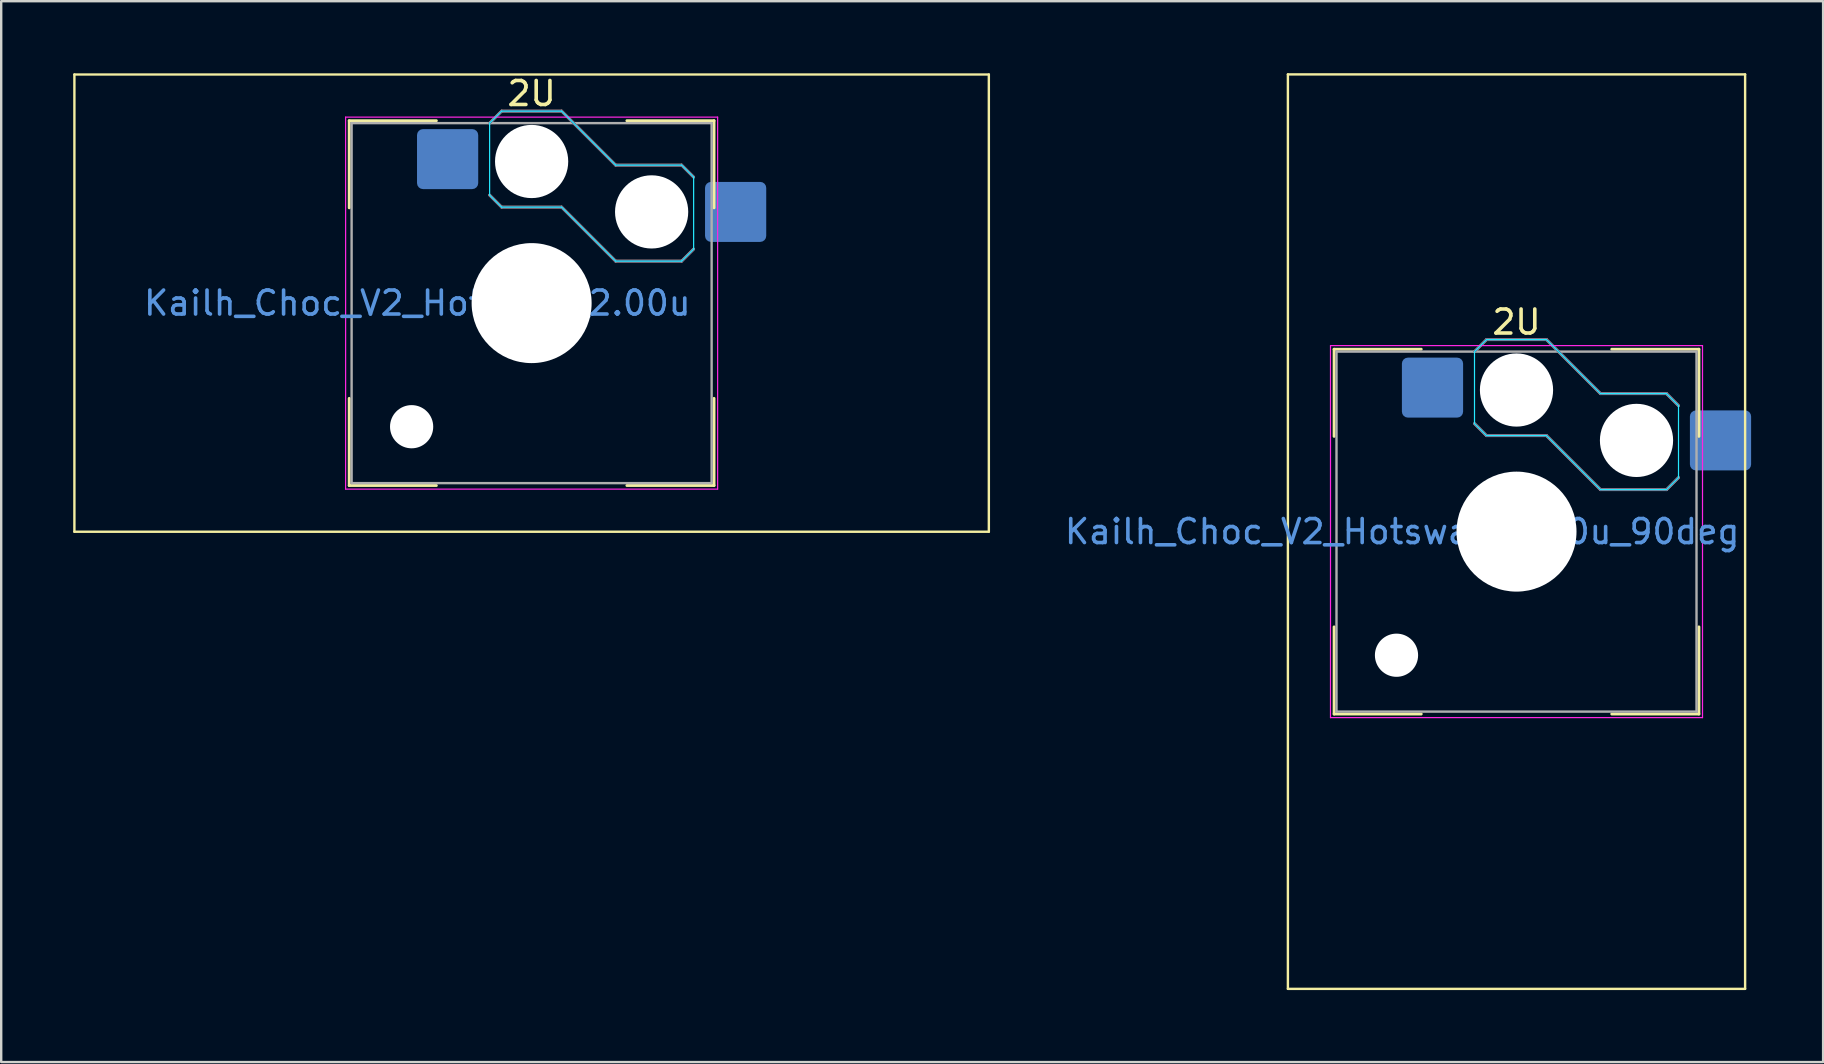
<source format=kicad_pcb>
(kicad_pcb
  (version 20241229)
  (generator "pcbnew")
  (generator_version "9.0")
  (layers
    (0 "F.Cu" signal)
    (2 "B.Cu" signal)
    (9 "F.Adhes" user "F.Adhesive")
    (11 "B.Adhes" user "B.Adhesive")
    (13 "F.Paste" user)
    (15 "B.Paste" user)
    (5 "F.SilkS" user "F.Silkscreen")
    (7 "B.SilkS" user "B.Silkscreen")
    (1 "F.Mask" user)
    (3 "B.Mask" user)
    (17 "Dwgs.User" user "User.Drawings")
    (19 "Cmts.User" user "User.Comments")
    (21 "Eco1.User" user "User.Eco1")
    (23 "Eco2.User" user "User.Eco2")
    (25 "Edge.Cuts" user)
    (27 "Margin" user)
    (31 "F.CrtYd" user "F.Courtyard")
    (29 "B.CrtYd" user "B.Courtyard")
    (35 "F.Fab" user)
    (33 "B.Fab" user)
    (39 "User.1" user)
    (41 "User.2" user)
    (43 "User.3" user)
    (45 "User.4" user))
  (footprint "Kailh_Choc_V2_Hotswap_2.00u"
    (layer "F.Cu")
    (at 19.1 9.579)
    (property "Reference" "Kailh_Choc_V2_Hotswap_2.00u" (at -4.763 0 0) (layer "Cmts.User") (effects (font (size 1 1) (thickness 0.15))))
    (attr smd)
    (fp_line (start -19.05 -9.525) (end -19.05 9.525) (stroke (width 0.1) (type solid)) (layer "F.SilkS"))
    (fp_line (start -19.05 9.525) (end 19.05 9.525) (stroke (width 0.1) (type solid)) (layer "F.SilkS"))
    (fp_line (start -7.6 -3.969) (end -7.6 -7.6) (stroke (width 0.12) (type solid)) (layer "F.SilkS"))
    (fp_line (start -7.6 7.6) (end -7.6 3.969) (stroke (width 0.12) (type solid)) (layer "F.SilkS"))
    (fp_line (start -3.969 -7.6) (end -7.6 -7.6) (stroke (width 0.12) (type solid)) (layer "F.SilkS"))
    (fp_line (start -3.969 7.6) (end -7.6 7.6) (stroke (width 0.12) (type solid)) (layer "F.SilkS"))
    (fp_line (start 7.6 -7.6) (end 3.969 -7.6) (stroke (width 0.12) (type solid)) (layer "F.SilkS"))
    (fp_line (start 7.6 -3.969) (end 7.6 -7.6) (stroke (width 0.12) (type solid)) (layer "F.SilkS"))
    (fp_line (start 7.6 7.6) (end 3.969 7.6) (stroke (width 0.12) (type solid)) (layer "F.SilkS"))
    (fp_line (start 7.6 7.6) (end 7.6 3.969) (stroke (width 0.12) (type solid)) (layer "F.SilkS"))
    (fp_line (start 19.05 -9.525) (end -19.05 -9.525) (stroke (width 0.1) (type solid)) (layer "F.SilkS"))
    (fp_line (start 19.05 9.525) (end 19.05 -9.525) (stroke (width 0.1) (type solid)) (layer "F.SilkS"))
    (fp_line (start -1.75 -7.5) (end -1.25 -8) (stroke (width 0.12) (type solid)) (layer "B.SilkS"))
    (fp_line (start -1.25 -8) (end 1.25 -8) (stroke (width 0.12) (type solid)) (layer "B.SilkS"))
    (fp_line (start -1.25 -4) (end -1.75 -4.5) (stroke (width 0.12) (type solid)) (layer "B.SilkS"))
    (fp_line (start 1.25 -8) (end 3.5 -5.75) (stroke (width 0.12) (type solid)) (layer "B.SilkS"))
    (fp_line (start 1.25 -4) (end -1.25 -4) (stroke (width 0.12) (type solid)) (layer "B.SilkS"))
    (fp_line (start 3.5 -5.75) (end 6.25 -5.75) (stroke (width 0.12) (type solid)) (layer "B.SilkS"))
    (fp_line (start 3.5 -1.75) (end 1.25 -4) (stroke (width 0.12) (type solid)) (layer "B.SilkS"))
    (fp_line (start 6.25 -5.75) (end 6.75 -5.25) (stroke (width 0.12) (type solid)) (layer "B.SilkS"))
    (fp_line (start 6.25 -1.75) (end 3.5 -1.75) (stroke (width 0.12) (type solid)) (layer "B.SilkS"))
    (fp_line (start 6.75 -2.25) (end 6.25 -1.75) (stroke (width 0.12) (type solid)) (layer "B.SilkS"))
    (fp_line (start -7.25 -7.25) (end -7.25 7.25) (stroke (width 0.1) (type solid)) (layer "Eco1.User"))
    (fp_line (start -7.25 7.25) (end 7.25 7.25) (stroke (width 0.1) (type solid)) (layer "Eco1.User"))
    (fp_line (start 7.25 -7.25) (end -7.25 -7.25) (stroke (width 0.1) (type solid)) (layer "Eco1.User"))
    (fp_line (start 7.25 7.25) (end 7.25 -7.25) (stroke (width 0.1) (type solid)) (layer "Eco1.User"))
    (fp_line (start -1.75 -7.5) (end -1.25 -8) (stroke (width 0.05) (type solid)) (layer "B.CrtYd"))
    (fp_line (start -1.75 -4.5) (end -1.75 -7.5) (stroke (width 0.05) (type solid)) (layer "B.CrtYd"))
    (fp_line (start -1.25 -8) (end 1.25 -8) (stroke (width 0.05) (type solid)) (layer "B.CrtYd"))
    (fp_line (start -1.25 -4) (end -1.75 -4.5) (stroke (width 0.05) (type solid)) (layer "B.CrtYd"))
    (fp_line (start 1.25 -8) (end 3.5 -5.75) (stroke (width 0.05) (type solid)) (layer "B.CrtYd"))
    (fp_line (start 1.25 -4) (end -1.25 -4) (stroke (width 0.05) (type solid)) (layer "B.CrtYd"))
    (fp_line (start 3.5 -5.75) (end 6.25 -5.75) (stroke (width 0.05) (type solid)) (layer "B.CrtYd"))
    (fp_line (start 3.5 -1.75) (end 1.25 -4) (stroke (width 0.05) (type solid)) (layer "B.CrtYd"))
    (fp_line (start 6.25 -5.75) (end 6.75 -5.25) (stroke (width 0.05) (type solid)) (layer "B.CrtYd"))
    (fp_line (start 6.25 -1.75) (end 3.5 -1.75) (stroke (width 0.05) (type solid)) (layer "B.CrtYd"))
    (fp_line (start 6.75 -5.25) (end 6.75 -2.25) (stroke (width 0.05) (type solid)) (layer "B.CrtYd"))
    (fp_line (start 6.75 -2.25) (end 6.25 -1.75) (stroke (width 0.05) (type solid)) (layer "B.CrtYd"))
    (fp_line (start -7.75 -7.75) (end -7.75 7.75) (stroke (width 0.05) (type solid)) (layer "F.CrtYd"))
    (fp_line (start -7.75 7.75) (end 7.75 7.75) (stroke (width 0.05) (type solid)) (layer "F.CrtYd"))
    (fp_line (start 7.75 -7.75) (end -7.75 -7.75) (stroke (width 0.05) (type solid)) (layer "F.CrtYd"))
    (fp_line (start 7.75 7.75) (end 7.75 -7.75) (stroke (width 0.05) (type solid)) (layer "F.CrtYd"))
    (fp_line (start -1.75 -7.5) (end -1.25 -8) (stroke (width 0.1) (type solid)) (layer "B.Fab"))
    (fp_line (start -1.25 -8) (end 1.25 -8) (stroke (width 0.1) (type solid)) (layer "B.Fab"))
    (fp_line (start -1.25 -4) (end -1.75 -4.5) (stroke (width 0.1) (type solid)) (layer "B.Fab"))
    (fp_line (start 1.25 -8) (end 3.5 -5.75) (stroke (width 0.1) (type solid)) (layer "B.Fab"))
    (fp_line (start 1.25 -4) (end -1.25 -4) (stroke (width 0.1) (type solid)) (layer "B.Fab"))
    (fp_line (start 3.5 -5.75) (end 6.25 -5.75) (stroke (width 0.1) (type solid)) (layer "B.Fab"))
    (fp_line (start 3.5 -1.75) (end 1.25 -4) (stroke (width 0.1) (type solid)) (layer "B.Fab"))
    (fp_line (start 6.25 -5.75) (end 6.75 -5.25) (stroke (width 0.1) (type solid)) (layer "B.Fab"))
    (fp_line (start 6.25 -1.75) (end 3.5 -1.75) (stroke (width 0.1) (type solid)) (layer "B.Fab"))
    (fp_line (start 6.75 -2.25) (end 6.25 -1.75) (stroke (width 0.1) (type solid)) (layer "B.Fab"))
    (fp_line (start -7.5 -7.5) (end -7.5 7.5) (stroke (width 0.1) (type solid)) (layer "F.Fab"))
    (fp_line (start -7.5 7.5) (end 7.5 7.5) (stroke (width 0.1) (type solid)) (layer "F.Fab"))
    (fp_line (start 7.5 -7.5) (end -7.5 -7.5) (stroke (width 0.1) (type solid)) (layer "F.Fab"))
    (fp_line (start 7.5 7.5) (end 7.5 -7.5) (stroke (width 0.1) (type solid)) (layer "F.Fab"))
    (fp_text user "2U" (at 0 -8.731 0) (unlocked yes) (layer "F.SilkS") (effects (font (size 1 1) (thickness 0.15))))
    (pad "" np_thru_hole circle (at -5 5.15) (size 1.8 1.8) (drill 1.8) (layers "*.Cu" "*.Mask"))
    (pad "" np_thru_hole circle (at 0 -5.9) (size 3.05 3.05) (drill 3.05) (layers "*.Cu" "*.Mask"))
    (pad "" np_thru_hole circle (at 0 0) (size 5 5) (drill 5) (layers "*.Cu" "*.Mask"))
    (pad "" np_thru_hole circle (at 5 -3.8) (size 3.05 3.05) (drill 3.05) (layers "*.Cu" "*.Mask"))
    (pad "1" smd roundrect (at -3.5 -6) (size 2.55 2.5) (layers "B.Cu" "B.Mask" "B.Paste") (roundrect_rratio 0.1))
    (pad "2" smd roundrect (at 8.5 -3.8) (size 2.55 2.5) (layers "B.Cu" "B.Mask" "B.Paste") (roundrect_rratio 0.1)))
  (footprint "Kailh_Choc_V2_Hotswap_2.00u_90deg"
    (layer "F.Cu")
    (at 60.135 19.1)
    (property "Reference" "Kailh_Choc_V2_Hotswap_2.00u_90deg" (at -4.763 0 0) (layer "Cmts.User") (effects (font (size 1 1) (thickness 0.15))))
    (attr smd)
    (fp_line (start -9.525 -19.05) (end 9.525 -19.05) (stroke (width 0.1) (type solid)) (layer "F.SilkS"))
    (fp_line (start -9.525 19.05) (end -9.525 -19.05) (stroke (width 0.1) (type solid)) (layer "F.SilkS"))
    (fp_line (start -7.6 -3.969) (end -7.6 -7.6) (stroke (width 0.12) (type solid)) (layer "F.SilkS"))
    (fp_line (start -7.6 7.6) (end -7.6 3.969) (stroke (width 0.12) (type solid)) (layer "F.SilkS"))
    (fp_line (start -3.969 -7.6) (end -7.6 -7.6) (stroke (width 0.12) (type solid)) (layer "F.SilkS"))
    (fp_line (start -3.969 7.6) (end -7.6 7.6) (stroke (width 0.12) (type solid)) (layer "F.SilkS"))
    (fp_line (start 7.6 -7.6) (end 3.969 -7.6) (stroke (width 0.12) (type solid)) (layer "F.SilkS"))
    (fp_line (start 7.6 -3.969) (end 7.6 -7.6) (stroke (width 0.12) (type solid)) (layer "F.SilkS"))
    (fp_line (start 7.6 7.6) (end 3.969 7.6) (stroke (width 0.12) (type solid)) (layer "F.SilkS"))
    (fp_line (start 7.6 7.6) (end 7.6 3.969) (stroke (width 0.12) (type solid)) (layer "F.SilkS"))
    (fp_line (start 9.525 -19.05) (end 9.525 19.05) (stroke (width 0.1) (type solid)) (layer "F.SilkS"))
    (fp_line (start 9.525 19.05) (end -9.525 19.05) (stroke (width 0.1) (type solid)) (layer "F.SilkS"))
    (fp_line (start -1.75 -7.5) (end -1.25 -8) (stroke (width 0.12) (type solid)) (layer "B.SilkS"))
    (fp_line (start -1.25 -8) (end 1.25 -8) (stroke (width 0.12) (type solid)) (layer "B.SilkS"))
    (fp_line (start -1.25 -4) (end -1.75 -4.5) (stroke (width 0.12) (type solid)) (layer "B.SilkS"))
    (fp_line (start 1.25 -8) (end 3.5 -5.75) (stroke (width 0.12) (type solid)) (layer "B.SilkS"))
    (fp_line (start 1.25 -4) (end -1.25 -4) (stroke (width 0.12) (type solid)) (layer "B.SilkS"))
    (fp_line (start 3.5 -5.75) (end 6.25 -5.75) (stroke (width 0.12) (type solid)) (layer "B.SilkS"))
    (fp_line (start 3.5 -1.75) (end 1.25 -4) (stroke (width 0.12) (type solid)) (layer "B.SilkS"))
    (fp_line (start 6.25 -5.75) (end 6.75 -5.25) (stroke (width 0.12) (type solid)) (layer "B.SilkS"))
    (fp_line (start 6.25 -1.75) (end 3.5 -1.75) (stroke (width 0.12) (type solid)) (layer "B.SilkS"))
    (fp_line (start 6.75 -2.25) (end 6.25 -1.75) (stroke (width 0.12) (type solid)) (layer "B.SilkS"))
    (fp_line (start -7.25 -7.25) (end -7.25 7.25) (stroke (width 0.1) (type solid)) (layer "Eco1.User"))
    (fp_line (start -7.25 7.25) (end 7.25 7.25) (stroke (width 0.1) (type solid)) (layer "Eco1.User"))
    (fp_line (start 7.25 -7.25) (end -7.25 -7.25) (stroke (width 0.1) (type solid)) (layer "Eco1.User"))
    (fp_line (start 7.25 7.25) (end 7.25 -7.25) (stroke (width 0.1) (type solid)) (layer "Eco1.User"))
    (fp_line (start -1.75 -7.5) (end -1.25 -8) (stroke (width 0.05) (type solid)) (layer "B.CrtYd"))
    (fp_line (start -1.75 -4.5) (end -1.75 -7.5) (stroke (width 0.05) (type solid)) (layer "B.CrtYd"))
    (fp_line (start -1.25 -8) (end 1.25 -8) (stroke (width 0.05) (type solid)) (layer "B.CrtYd"))
    (fp_line (start -1.25 -4) (end -1.75 -4.5) (stroke (width 0.05) (type solid)) (layer "B.CrtYd"))
    (fp_line (start 1.25 -8) (end 3.5 -5.75) (stroke (width 0.05) (type solid)) (layer "B.CrtYd"))
    (fp_line (start 1.25 -4) (end -1.25 -4) (stroke (width 0.05) (type solid)) (layer "B.CrtYd"))
    (fp_line (start 3.5 -5.75) (end 6.25 -5.75) (stroke (width 0.05) (type solid)) (layer "B.CrtYd"))
    (fp_line (start 3.5 -1.75) (end 1.25 -4) (stroke (width 0.05) (type solid)) (layer "B.CrtYd"))
    (fp_line (start 6.25 -5.75) (end 6.75 -5.25) (stroke (width 0.05) (type solid)) (layer "B.CrtYd"))
    (fp_line (start 6.25 -1.75) (end 3.5 -1.75) (stroke (width 0.05) (type solid)) (layer "B.CrtYd"))
    (fp_line (start 6.75 -5.25) (end 6.75 -2.25) (stroke (width 0.05) (type solid)) (layer "B.CrtYd"))
    (fp_line (start 6.75 -2.25) (end 6.25 -1.75) (stroke (width 0.05) (type solid)) (layer "B.CrtYd"))
    (fp_line (start -7.75 -7.75) (end -7.75 7.75) (stroke (width 0.05) (type solid)) (layer "F.CrtYd"))
    (fp_line (start -7.75 7.75) (end 7.75 7.75) (stroke (width 0.05) (type solid)) (layer "F.CrtYd"))
    (fp_line (start 7.75 -7.75) (end -7.75 -7.75) (stroke (width 0.05) (type solid)) (layer "F.CrtYd"))
    (fp_line (start 7.75 7.75) (end 7.75 -7.75) (stroke (width 0.05) (type solid)) (layer "F.CrtYd"))
    (fp_line (start -1.75 -7.5) (end -1.25 -8) (stroke (width 0.1) (type solid)) (layer "B.Fab"))
    (fp_line (start -1.25 -8) (end 1.25 -8) (stroke (width 0.1) (type solid)) (layer "B.Fab"))
    (fp_line (start -1.25 -4) (end -1.75 -4.5) (stroke (width 0.1) (type solid)) (layer "B.Fab"))
    (fp_line (start 1.25 -8) (end 3.5 -5.75) (stroke (width 0.1) (type solid)) (layer "B.Fab"))
    (fp_line (start 1.25 -4) (end -1.25 -4) (stroke (width 0.1) (type solid)) (layer "B.Fab"))
    (fp_line (start 3.5 -5.75) (end 6.25 -5.75) (stroke (width 0.1) (type solid)) (layer "B.Fab"))
    (fp_line (start 3.5 -1.75) (end 1.25 -4) (stroke (width 0.1) (type solid)) (layer "B.Fab"))
    (fp_line (start 6.25 -5.75) (end 6.75 -5.25) (stroke (width 0.1) (type solid)) (layer "B.Fab"))
    (fp_line (start 6.25 -1.75) (end 3.5 -1.75) (stroke (width 0.1) (type solid)) (layer "B.Fab"))
    (fp_line (start 6.75 -2.25) (end 6.25 -1.75) (stroke (width 0.1) (type solid)) (layer "B.Fab"))
    (fp_line (start -7.5 -7.5) (end -7.5 7.5) (stroke (width 0.1) (type solid)) (layer "F.Fab"))
    (fp_line (start -7.5 7.5) (end 7.5 7.5) (stroke (width 0.1) (type solid)) (layer "F.Fab"))
    (fp_line (start 7.5 -7.5) (end -7.5 -7.5) (stroke (width 0.1) (type solid)) (layer "F.Fab"))
    (fp_line (start 7.5 7.5) (end 7.5 -7.5) (stroke (width 0.1) (type solid)) (layer "F.Fab"))
    (fp_text user "2U" (at 0 -8.731 0) (unlocked yes) (layer "F.SilkS") (effects (font (size 1 1) (thickness 0.15))))
    (pad "" np_thru_hole circle (at -5 5.15) (size 1.8 1.8) (drill 1.8) (layers "*.Cu" "*.Mask"))
    (pad "" np_thru_hole circle (at 0 -5.9) (size 3.05 3.05) (drill 3.05) (layers "*.Cu" "*.Mask"))
    (pad "" np_thru_hole circle (at 0 0) (size 5 5) (drill 5) (layers "*.Cu" "*.Mask"))
    (pad "" np_thru_hole circle (at 5 -3.8) (size 3.05 3.05) (drill 3.05) (layers "*.Cu" "*.Mask"))
    (pad "1" smd roundrect (at -3.5 -6) (size 2.55 2.5) (layers "B.Cu" "B.Mask" "B.Paste") (roundrect_rratio 0.1))
    (pad "2" smd roundrect (at 8.5 -3.8) (size 2.55 2.5) (layers "B.Cu" "B.Mask" "B.Paste") (roundrect_rratio 0.1)))
  (gr_rect
    (start -3 -3)
    (end 72.91 41.2)
    (stroke (width 0.1) (type default))
    (fill no)
    (layer "Edge.Cuts")))
</source>
